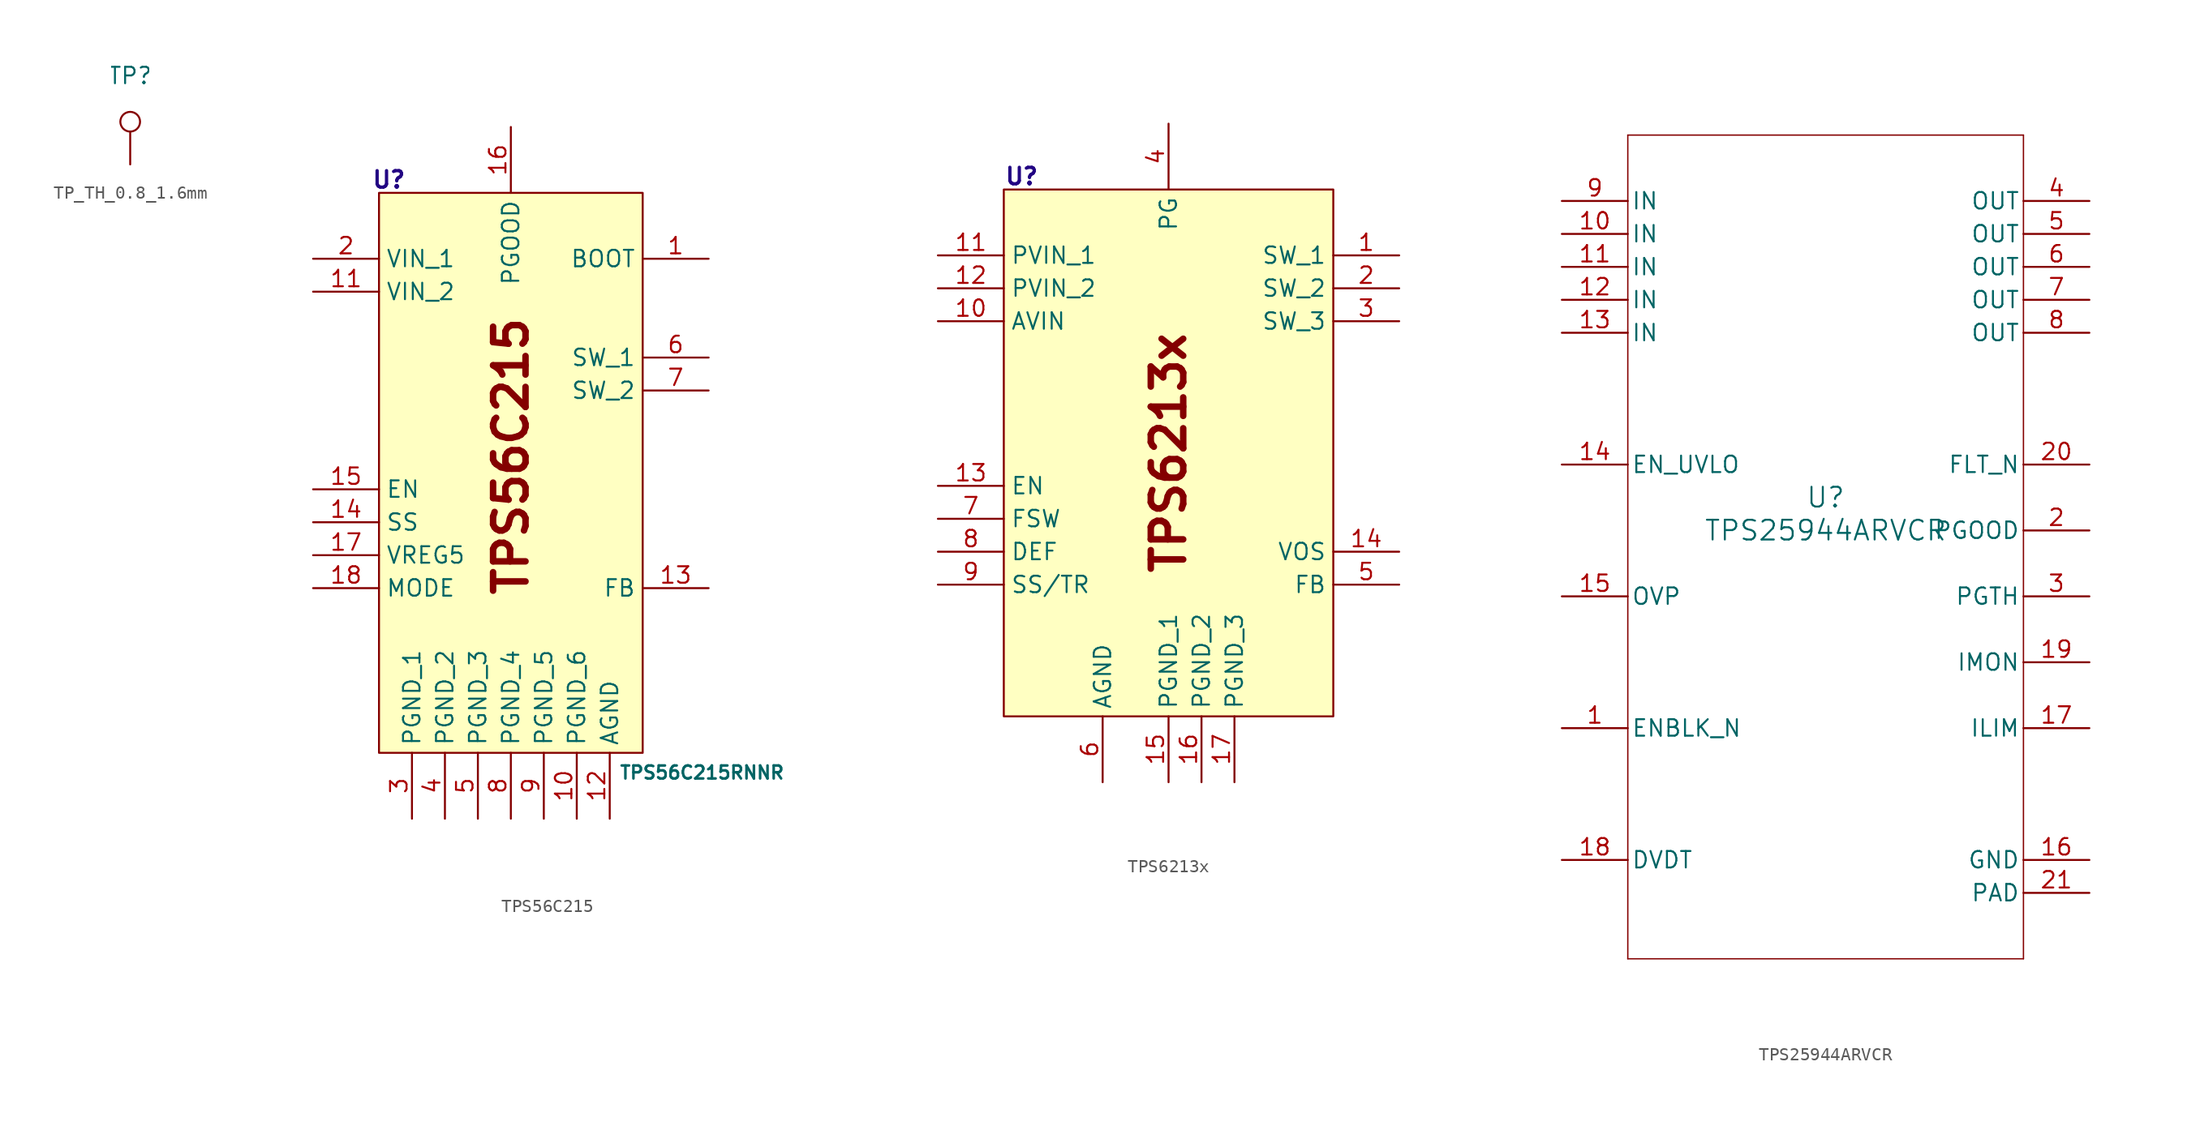
<source format=kicad_sym>
(kicad_symbol_lib
  (version 20241209)
  (generator "kicad_symbol_editor")
  (generator_version "9.0")
  (symbol "TP_TH_0.8_1.6mm"
    (pin_numbers
      (hide yes))
    (pin_names
      (offset 0.762)
      (hide yes))
    (property "Reference" "TP"
      (at 0 6.858 0)
      (effects (font (size 1.27 1.27))))
    (symbol "TP_TH_0.8_1.6mm_0_1"
      (circle (center 0 3.302) (radius 0.762) (stroke (width 0) (type default)) (fill (type none))))
    (symbol "TP_TH_0.8_1.6mm_1_1"
      (pin passive line (at 0 0 90) (length 2.54) (name "1" (effects (font (size 1.27 1.27)))) (number "1" (effects (font (size 1.27 1.27)))))))
  (symbol "TPS56C215"
    (property "Reference" "U"
      (at -9.398 23.876 0)
      (effects (font (size 1.27 1.27) (thickness 0.254) (bold yes) (color 34 4 131 1))))
    (property "Value" "TPS56C215RNNR"
      (at 14.732 -21.844 0)
      (effects (font (size 1 1) (thickness 0.2) (bold yes))))
    (symbol "TPS56C215_1_1"
      (rectangle (start -10.16 22.86) (end 10.16 -20.32) (stroke (width 0) (type solid)) (fill (type background)))
      (text "TPS56C215" (at 0 2.54 900) (effects (font (size 2.5 2.5) (bold yes))))
      (pin passive line (at -15.24 17.78 0) (length 5.08) (name "VIN_1" (effects (font (size 1.27 1.27)))) (number "2" (effects (font (size 1.27 1.27)))))
      (pin passive line (at -15.24 15.24 0) (length 5.08) (name "VIN_2" (effects (font (size 1.27 1.27)))) (number "11" (effects (font (size 1.27 1.27)))))
      (pin passive line (at -15.24 0 0) (length 5.08) (name "EN" (effects (font (size 1.27 1.27)))) (number "15" (effects (font (size 1.27 1.27)))))
      (pin passive line (at -15.24 -2.54 0) (length 5.08) (name "SS" (effects (font (size 1.27 1.27)))) (number "14" (effects (font (size 1.27 1.27)))))
      (pin passive line (at -15.24 -5.08 0) (length 5.08) (name "VREG5" (effects (font (size 1.27 1.27)))) (number "17" (effects (font (size 1.27 1.27)))))
      (pin passive line (at -15.24 -7.62 0) (length 5.08) (name "MODE" (effects (font (size 1.27 1.27)))) (number "18" (effects (font (size 1.27 1.27)))))
      (pin passive line (at -7.62 -25.4 90) (length 5.08) (name "PGND_1" (effects (font (size 1.27 1.27)))) (number "3" (effects (font (size 1.27 1.27)))))
      (pin passive line (at -5.08 -25.4 90) (length 5.08) (name "PGND_2" (effects (font (size 1.27 1.27)))) (number "4" (effects (font (size 1.27 1.27)))))
      (pin passive line (at -2.54 -25.4 90) (length 5.08) (name "PGND_3" (effects (font (size 1.27 1.27)))) (number "5" (effects (font (size 1.27 1.27)))))
      (pin passive line (at 0 27.94 270) (length 5.08) (name "PGOOD" (effects (font (size 1.27 1.27)))) (number "16" (effects (font (size 1.27 1.27)))))
      (pin passive line (at 0 -25.4 90) (length 5.08) (name "PGND_4" (effects (font (size 1.27 1.27)))) (number "8" (effects (font (size 1.27 1.27)))))
      (pin passive line (at 2.54 -25.4 90) (length 5.08) (name "PGND_5" (effects (font (size 1.27 1.27)))) (number "9" (effects (font (size 1.27 1.27)))))
      (pin passive line (at 5.08 -25.4 90) (length 5.08) (name "PGND_6" (effects (font (size 1.27 1.27)))) (number "10" (effects (font (size 1.27 1.27)))))
      (pin passive line (at 7.62 -25.4 90) (length 5.08) (name "AGND" (effects (font (size 1.27 1.27)))) (number "12" (effects (font (size 1.27 1.27)))))
      (pin passive line (at 15.24 17.78 180) (length 5.08) (name "BOOT" (effects (font (size 1.27 1.27)))) (number "1" (effects (font (size 1.27 1.27)))))
      (pin passive line (at 15.24 10.16 180) (length 5.08) (name "SW_1" (effects (font (size 1.27 1.27)))) (number "6" (effects (font (size 1.27 1.27)))))
      (pin passive line (at 15.24 7.62 180) (length 5.08) (name "SW_2" (effects (font (size 1.27 1.27)))) (number "7" (effects (font (size 1.27 1.27)))))
      (pin passive line (at 15.24 -7.62 180) (length 5.08) (name "FB" (effects (font (size 1.27 1.27)))) (number "13" (effects (font (size 1.27 1.27)))))))
  (symbol "TPS6213x"
    (property "Reference" "U"
      (at -12.7 21.336 0)
      (effects (font (size 1.27 1.27) (thickness 0.254) (bold yes) (color 34 4 131 1)) (justify left)))
    (property "Value" ""
      (at 0 0 0)
      (effects (font (size 1.27 1.27))))
    (symbol "TPS6213x_1_1"
      (rectangle (start -12.7 20.32) (end 12.7 -20.32) (stroke (width 0) (type solid)) (fill (type background)))
      (text "TPS6213x" (at 0 0 900) (effects (font (size 2.5 2.5) (bold yes))))
      (pin passive line (at -17.78 15.24 0) (length 5.08) (name "PVIN_1" (effects (font (size 1.27 1.27)))) (number "11" (effects (font (size 1.27 1.27)))))
      (pin passive line (at -17.78 12.7 0) (length 5.08) (name "PVIN_2" (effects (font (size 1.27 1.27)))) (number "12" (effects (font (size 1.27 1.27)))))
      (pin passive line (at -17.78 10.16 0) (length 5.08) (name "AVIN" (effects (font (size 1.27 1.27)))) (number "10" (effects (font (size 1.27 1.27)))))
      (pin passive line (at -17.78 -2.54 0) (length 5.08) (name "EN" (effects (font (size 1.27 1.27)))) (number "13" (effects (font (size 1.27 1.27)))))
      (pin passive line (at -17.78 -5.08 0) (length 5.08) (name "FSW" (effects (font (size 1.27 1.27)))) (number "7" (effects (font (size 1.27 1.27)))))
      (pin passive line (at -17.78 -7.62 0) (length 5.08) (name "DEF" (effects (font (size 1.27 1.27)))) (number "8" (effects (font (size 1.27 1.27)))))
      (pin passive line (at -17.78 -10.16 0) (length 5.08) (name "SS/TR" (effects (font (size 1.27 1.27)))) (number "9" (effects (font (size 1.27 1.27)))))
      (pin passive line (at -5.08 -25.4 90) (length 5.08) (name "AGND" (effects (font (size 1.27 1.27)))) (number "6" (effects (font (size 1.27 1.27)))))
      (pin passive line (at 0 25.4 270) (length 5.08) (name "PG" (effects (font (size 1.27 1.27)))) (number "4" (effects (font (size 1.27 1.27)))))
      (pin passive line (at 0 -25.4 90) (length 5.08) (name "PGND_1" (effects (font (size 1.27 1.27)))) (number "15" (effects (font (size 1.27 1.27)))))
      (pin passive line (at 2.54 -25.4 90) (length 5.08) (name "PGND_2" (effects (font (size 1.27 1.27)))) (number "16" (effects (font (size 1.27 1.27)))))
      (pin passive line (at 5.08 -25.4 90) (length 5.08) (name "PGND_3" (effects (font (size 1.27 1.27)))) (number "17" (effects (font (size 1.27 1.27)))))
      (pin passive line (at 17.78 15.24 180) (length 5.08) (name "SW_1" (effects (font (size 1.27 1.27)))) (number "1" (effects (font (size 1.27 1.27)))))
      (pin passive line (at 17.78 12.7 180) (length 5.08) (name "SW_2" (effects (font (size 1.27 1.27)))) (number "2" (effects (font (size 1.27 1.27)))))
      (pin passive line (at 17.78 10.16 180) (length 5.08) (name "SW_3" (effects (font (size 1.27 1.27)))) (number "3" (effects (font (size 1.27 1.27)))))
      (pin passive line (at 17.78 -7.62 180) (length 5.08) (name "VOS" (effects (font (size 1.27 1.27)))) (number "14" (effects (font (size 1.27 1.27)))))
      (pin passive line (at 17.78 -10.16 180) (length 5.08) (name "FB" (effects (font (size 1.27 1.27)))) (number "5" (effects (font (size 1.27 1.27)))))))
  (symbol "TPS25944ARVCR"
    (pin_names
      (offset 0.254))
    (property "Reference" "U"
      (at 0 2.54 0)
      (effects (font (size 1.524 1.524))))
    (property "Value" "TPS25944ARVCR"
      (at 0 0 0)
      (effects (font (size 1.524 1.524))))
    (symbol "TPS25944ARVCR_0_1"
      (polyline (pts (xy -15.24 30.48) (xy -15.24 -33.02)) (stroke (width 0.102) (type default)) (fill (type none)))
      (polyline (pts (xy -15.24 -33.02) (xy 15.24 -33.02)) (stroke (width 0.102) (type default)) (fill (type none)))
      (polyline (pts (xy 15.24 30.48) (xy -15.24 30.48)) (stroke (width 0.102) (type default)) (fill (type none)))
      (polyline (pts (xy 15.24 -33.02) (xy 15.24 30.48)) (stroke (width 0.102) (type default)) (fill (type none)))
      (pin power_in line (at -20.32 25.4 0) (length 5.08) (name "IN" (effects (font (size 1.27 1.27)))) (number "9" (effects (font (size 1.27 1.27)))))
      (pin power_in line (at -20.32 22.86 0) (length 5.08) (name "IN" (effects (font (size 1.27 1.27)))) (number "10" (effects (font (size 1.27 1.27)))))
      (pin power_in line (at -20.32 20.32 0) (length 5.08) (name "IN" (effects (font (size 1.27 1.27)))) (number "11" (effects (font (size 1.27 1.27)))))
      (pin power_in line (at -20.32 17.78 0) (length 5.08) (name "IN" (effects (font (size 1.27 1.27)))) (number "12" (effects (font (size 1.27 1.27)))))
      (pin power_in line (at -20.32 15.24 0) (length 5.08) (name "IN" (effects (font (size 1.27 1.27)))) (number "13" (effects (font (size 1.27 1.27)))))
      (pin input line (at -20.32 5.08 0) (length 5.08) (name "EN_UVLO" (effects (font (size 1.27 1.27)))) (number "14" (effects (font (size 1.27 1.27)))))
      (pin input line (at -20.32 -5.08 0) (length 5.08) (name "OVP" (effects (font (size 1.27 1.27)))) (number "15" (effects (font (size 1.27 1.27)))))
      (pin input line (at -20.32 -15.24 0) (length 5.08) (name "ENBLK_N" (effects (font (size 1.27 1.27)))) (number "1" (effects (font (size 1.27 1.27)))))
      (pin input line (at -20.32 -25.4 0) (length 5.08) (name "DVDT" (effects (font (size 1.27 1.27)))) (number "18" (effects (font (size 1.27 1.27)))))
      (pin power_in line (at 20.32 25.4 180) (length 5.08) (name "OUT" (effects (font (size 1.27 1.27)))) (number "4" (effects (font (size 1.27 1.27)))))
      (pin power_in line (at 20.32 22.86 180) (length 5.08) (name "OUT" (effects (font (size 1.27 1.27)))) (number "5" (effects (font (size 1.27 1.27)))))
      (pin power_in line (at 20.32 20.32 180) (length 5.08) (name "OUT" (effects (font (size 1.27 1.27)))) (number "6" (effects (font (size 1.27 1.27)))))
      (pin power_in line (at 20.32 17.78 180) (length 5.08) (name "OUT" (effects (font (size 1.27 1.27)))) (number "7" (effects (font (size 1.27 1.27)))))
      (pin power_in line (at 20.32 15.24 180) (length 5.08) (name "OUT" (effects (font (size 1.27 1.27)))) (number "8" (effects (font (size 1.27 1.27)))))
      (pin open_collector line (at 20.32 5.08 180) (length 5.08) (name "FLT_N" (effects (font (size 1.27 1.27)))) (number "20" (effects (font (size 1.27 1.27)))))
      (pin open_collector line (at 20.32 0 180) (length 5.08) (name "PGOOD" (effects (font (size 1.27 1.27)))) (number "2" (effects (font (size 1.27 1.27)))))
      (pin input line (at 20.32 -5.08 180) (length 5.08) (name "PGTH" (effects (font (size 1.27 1.27)))) (number "3" (effects (font (size 1.27 1.27)))))
      (pin output line (at 20.32 -10.16 180) (length 5.08) (name "IMON" (effects (font (size 1.27 1.27)))) (number "19" (effects (font (size 1.27 1.27)))))
      (pin input line (at 20.32 -15.24 180) (length 5.08) (name "ILIM" (effects (font (size 1.27 1.27)))) (number "17" (effects (font (size 1.27 1.27)))))
      (pin power_in line (at 20.32 -25.4 180) (length 5.08) (name "GND" (effects (font (size 1.27 1.27)))) (number "16" (effects (font (size 1.27 1.27)))))
      (pin power_in line (at 20.32 -27.94 180) (length 5.08) (name "PAD" (effects (font (size 1.27 1.27)))) (number "21" (effects (font (size 1.27 1.27))))))))
</source>
